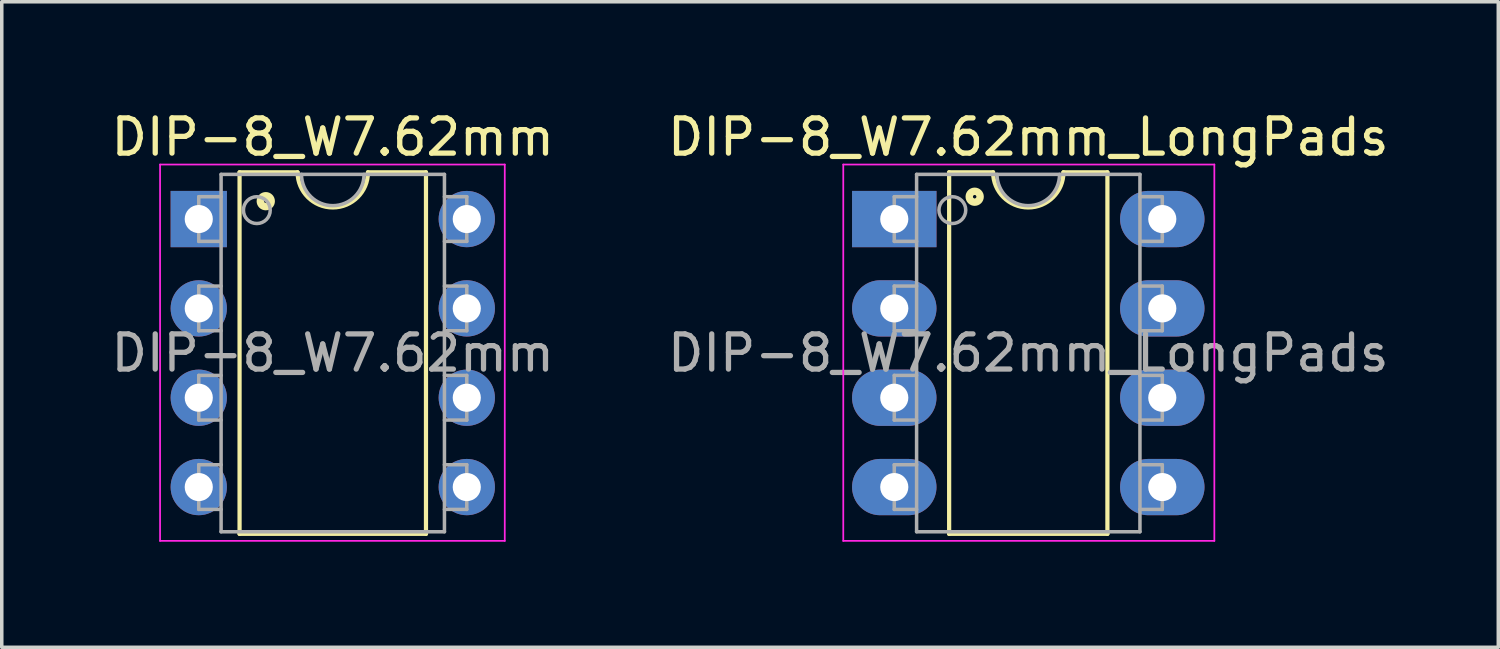
<source format=kicad_pcb>
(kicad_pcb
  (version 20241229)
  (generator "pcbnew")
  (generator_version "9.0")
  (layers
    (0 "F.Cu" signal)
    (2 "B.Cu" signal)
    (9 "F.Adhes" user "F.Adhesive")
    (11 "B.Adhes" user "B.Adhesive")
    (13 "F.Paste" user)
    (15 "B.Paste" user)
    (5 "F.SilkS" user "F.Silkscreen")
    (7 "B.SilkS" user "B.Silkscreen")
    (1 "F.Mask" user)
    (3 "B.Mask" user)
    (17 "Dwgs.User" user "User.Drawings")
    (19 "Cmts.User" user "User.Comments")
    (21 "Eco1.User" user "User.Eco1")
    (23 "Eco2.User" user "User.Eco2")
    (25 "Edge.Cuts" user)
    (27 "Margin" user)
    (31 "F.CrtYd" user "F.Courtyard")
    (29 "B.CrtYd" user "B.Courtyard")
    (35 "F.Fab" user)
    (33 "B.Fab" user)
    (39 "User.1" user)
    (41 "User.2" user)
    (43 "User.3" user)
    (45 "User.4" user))
  (footprint "DIP-8_W7.62mm_LongPads"
    (layer "F.Cu")
    (at 22.375 3.178)
    (property "Reference" "DIP-8_W7.62mm_LongPads" (at 3.81 -2.33 0) (layer "F.SilkS") (effects (font (size 1 1) (thickness 0.15))))
    (attr through_hole)
    (fp_line (start 1.56 -1.33) (end 1.56 8.95) (stroke (width 0.12) (type solid)) (layer "F.SilkS"))
    (fp_line (start 1.56 8.95) (end 6.06 8.95) (stroke (width 0.12) (type solid)) (layer "F.SilkS"))
    (fp_line (start 2.81 -1.33) (end 1.56 -1.33) (stroke (width 0.12) (type solid)) (layer "F.SilkS"))
    (fp_line (start 6.06 -1.33) (end 4.81 -1.33) (stroke (width 0.12) (type solid)) (layer "F.SilkS"))
    (fp_line (start 6.06 8.95) (end 6.06 -1.33) (stroke (width 0.12) (type solid)) (layer "F.SilkS"))
    (fp_arc (start 4.81 -1.33) (mid 3.81 -0.33) (end 2.81 -1.33) (stroke (width 0.12) (type solid)) (layer "F.SilkS"))
    (fp_circle (center 2.286 -0.635) (end 2.336 -0.635) (stroke (width 0.12) (type solid)) (fill no) (layer "F.SilkS"))
    (fp_circle (center 2.286 -0.635) (end 2.411 -0.635) (stroke (width 0.12) (type solid)) (fill no) (layer "F.SilkS"))
    (fp_circle (center 2.286 -0.635) (end 2.486 -0.635) (stroke (width 0.12) (type solid)) (fill no) (layer "F.SilkS"))
    (fp_line (start -1.45 -1.55) (end -1.45 9.15) (stroke (width 0.05) (type solid)) (layer "F.CrtYd"))
    (fp_line (start -1.45 9.15) (end 9.1 9.15) (stroke (width 0.05) (type solid)) (layer "F.CrtYd"))
    (fp_line (start 9.1 -1.55) (end -1.45 -1.55) (stroke (width 0.05) (type solid)) (layer "F.CrtYd"))
    (fp_line (start 9.1 9.15) (end 9.1 -1.55) (stroke (width 0.05) (type solid)) (layer "F.CrtYd"))
    (fp_line (start 0 -0.635) (end 0 0.635) (stroke (width 0.1) (type solid)) (layer "F.Fab"))
    (fp_line (start 0 -0.635) (end 0.635 -0.635) (stroke (width 0.1) (type solid)) (layer "F.Fab"))
    (fp_line (start 0 0.635) (end 0.635 0.635) (stroke (width 0.1) (type solid)) (layer "F.Fab"))
    (fp_line (start 0 1.905) (end 0 3.175) (stroke (width 0.1) (type solid)) (layer "F.Fab"))
    (fp_line (start 0 1.905) (end 0.635 1.905) (stroke (width 0.1) (type solid)) (layer "F.Fab"))
    (fp_line (start 0 3.175) (end 0.635 3.175) (stroke (width 0.1) (type solid)) (layer "F.Fab"))
    (fp_line (start 0 4.445) (end 0 5.715) (stroke (width 0.1) (type solid)) (layer "F.Fab"))
    (fp_line (start 0 4.445) (end 0.635 4.445) (stroke (width 0.1) (type solid)) (layer "F.Fab"))
    (fp_line (start 0 5.715) (end 0.635 5.715) (stroke (width 0.1) (type solid)) (layer "F.Fab"))
    (fp_line (start 0 6.985) (end 0 8.255) (stroke (width 0.1) (type solid)) (layer "F.Fab"))
    (fp_line (start 0 6.985) (end 0.635 6.985) (stroke (width 0.1) (type solid)) (layer "F.Fab"))
    (fp_line (start 0 8.255) (end 0.635 8.255) (stroke (width 0.1) (type solid)) (layer "F.Fab"))
    (fp_line (start 0.635 -1.27) (end 6.985 -1.27) (stroke (width 0.1) (type solid)) (layer "F.Fab"))
    (fp_line (start 0.635 8.89) (end 0.635 -1.27) (stroke (width 0.1) (type solid)) (layer "F.Fab"))
    (fp_line (start 6.985 -1.27) (end 6.985 8.89) (stroke (width 0.1) (type solid)) (layer "F.Fab"))
    (fp_line (start 6.985 8.89) (end 0.635 8.89) (stroke (width 0.1) (type solid)) (layer "F.Fab"))
    (fp_line (start 7.62 -0.635) (end 6.985 -0.635) (stroke (width 0.1) (type solid)) (layer "F.Fab"))
    (fp_line (start 7.62 0.635) (end 6.985 0.635) (stroke (width 0.1) (type solid)) (layer "F.Fab"))
    (fp_line (start 7.62 0.635) (end 7.62 -0.635) (stroke (width 0.1) (type solid)) (layer "F.Fab"))
    (fp_line (start 7.62 1.905) (end 6.985 1.905) (stroke (width 0.1) (type solid)) (layer "F.Fab"))
    (fp_line (start 7.62 3.175) (end 6.985 3.175) (stroke (width 0.1) (type solid)) (layer "F.Fab"))
    (fp_line (start 7.62 3.175) (end 7.62 1.905) (stroke (width 0.1) (type solid)) (layer "F.Fab"))
    (fp_line (start 7.62 4.445) (end 6.985 4.445) (stroke (width 0.1) (type solid)) (layer "F.Fab"))
    (fp_line (start 7.62 5.715) (end 6.985 5.715) (stroke (width 0.1) (type solid)) (layer "F.Fab"))
    (fp_line (start 7.62 5.715) (end 7.62 4.445) (stroke (width 0.1) (type solid)) (layer "F.Fab"))
    (fp_line (start 7.62 6.985) (end 6.985 6.985) (stroke (width 0.1) (type solid)) (layer "F.Fab"))
    (fp_line (start 7.62 8.255) (end 6.985 8.255) (stroke (width 0.1) (type solid)) (layer "F.Fab"))
    (fp_line (start 7.62 8.255) (end 7.62 6.985) (stroke (width 0.1) (type solid)) (layer "F.Fab"))
    (fp_arc (start 4.699 -1.27) (mid 3.81 -0.381) (end 2.921 -1.27) (stroke (width 0.1) (type solid)) (layer "F.Fab"))
    (fp_circle (center 1.651 -0.254) (end 2.032 -0.254) (stroke (width 0.1) (type solid)) (fill no) (layer "F.Fab"))
    (fp_text user "${REFERENCE}" (at 3.81 3.81 0) (layer "F.Fab") (effects (font (size 1 1) (thickness 0.15))))
    (pad "1" thru_hole rect (at 0 0) (size 2.4 1.6) (drill 0.8) (layers "*.Cu" "*.Mask"))
    (pad "2" thru_hole oval (at 0 2.54) (size 2.4 1.6) (drill 0.8) (layers "*.Cu" "*.Mask"))
    (pad "3" thru_hole oval (at 0 5.08) (size 2.4 1.6) (drill 0.8) (layers "*.Cu" "*.Mask"))
    (pad "4" thru_hole oval (at 0 7.62) (size 2.4 1.6) (drill 0.8) (layers "*.Cu" "*.Mask"))
    (pad "5" thru_hole oval (at 7.62 7.62) (size 2.4 1.6) (drill 0.8) (layers "*.Cu" "*.Mask"))
    (pad "6" thru_hole oval (at 7.62 5.08) (size 2.4 1.6) (drill 0.8) (layers "*.Cu" "*.Mask"))
    (pad "7" thru_hole oval (at 7.62 2.54) (size 2.4 1.6) (drill 0.8) (layers "*.Cu" "*.Mask"))
    (pad "8" thru_hole oval (at 7.62 0) (size 2.4 1.6) (drill 0.8) (layers "*.Cu" "*.Mask")))
  (footprint "DIP-8_W7.62mm"
    (layer "F.Cu")
    (at 2.601 3.178)
    (property "Reference" "DIP-8_W7.62mm" (at 3.81 -2.33 0) (layer "F.SilkS") (effects (font (size 1 1) (thickness 0.15))))
    (attr through_hole)
    (fp_line (start 1.16 -1.33) (end 1.16 8.95) (stroke (width 0.12) (type solid)) (layer "F.SilkS"))
    (fp_line (start 1.16 8.95) (end 6.46 8.95) (stroke (width 0.12) (type solid)) (layer "F.SilkS"))
    (fp_line (start 2.81 -1.33) (end 1.16 -1.33) (stroke (width 0.12) (type solid)) (layer "F.SilkS"))
    (fp_line (start 6.46 -1.33) (end 4.81 -1.33) (stroke (width 0.12) (type solid)) (layer "F.SilkS"))
    (fp_line (start 6.46 8.95) (end 6.46 -1.33) (stroke (width 0.12) (type solid)) (layer "F.SilkS"))
    (fp_arc (start 4.81 -1.33) (mid 3.81 -0.33) (end 2.81 -1.33) (stroke (width 0.12) (type solid)) (layer "F.SilkS"))
    (fp_circle (center 1.905 -0.508) (end 1.955 -0.508) (stroke (width 0.12) (type solid)) (fill no) (layer "F.SilkS"))
    (fp_circle (center 1.905 -0.508) (end 2.03 -0.508) (stroke (width 0.12) (type solid)) (fill no) (layer "F.SilkS"))
    (fp_circle (center 1.905 -0.508) (end 2.105 -0.508) (stroke (width 0.12) (type solid)) (fill no) (layer "F.SilkS"))
    (fp_line (start -1.1 -1.55) (end -1.1 9.15) (stroke (width 0.05) (type solid)) (layer "F.CrtYd"))
    (fp_line (start -1.1 9.15) (end 8.7 9.15) (stroke (width 0.05) (type solid)) (layer "F.CrtYd"))
    (fp_line (start 8.7 -1.55) (end -1.1 -1.55) (stroke (width 0.05) (type solid)) (layer "F.CrtYd"))
    (fp_line (start 8.7 9.15) (end 8.7 -1.55) (stroke (width 0.05) (type solid)) (layer "F.CrtYd"))
    (fp_line (start 0 -0.635) (end 0 0.635) (stroke (width 0.1) (type solid)) (layer "F.Fab"))
    (fp_line (start 0 -0.635) (end 0.635 -0.635) (stroke (width 0.1) (type solid)) (layer "F.Fab"))
    (fp_line (start 0 0.635) (end 0.635 0.635) (stroke (width 0.1) (type solid)) (layer "F.Fab"))
    (fp_line (start 0 1.905) (end 0 3.175) (stroke (width 0.1) (type solid)) (layer "F.Fab"))
    (fp_line (start 0 1.905) (end 0.635 1.905) (stroke (width 0.1) (type solid)) (layer "F.Fab"))
    (fp_line (start 0 3.175) (end 0.635 3.175) (stroke (width 0.1) (type solid)) (layer "F.Fab"))
    (fp_line (start 0 4.445) (end 0 5.715) (stroke (width 0.1) (type solid)) (layer "F.Fab"))
    (fp_line (start 0 4.445) (end 0.635 4.445) (stroke (width 0.1) (type solid)) (layer "F.Fab"))
    (fp_line (start 0 5.715) (end 0.635 5.715) (stroke (width 0.1) (type solid)) (layer "F.Fab"))
    (fp_line (start 0 6.985) (end 0 8.255) (stroke (width 0.1) (type solid)) (layer "F.Fab"))
    (fp_line (start 0 6.985) (end 0.635 6.985) (stroke (width 0.1) (type solid)) (layer "F.Fab"))
    (fp_line (start 0 8.255) (end 0.635 8.255) (stroke (width 0.1) (type solid)) (layer "F.Fab"))
    (fp_line (start 0.635 -1.27) (end 6.985 -1.27) (stroke (width 0.1) (type solid)) (layer "F.Fab"))
    (fp_line (start 0.635 8.89) (end 0.635 -1.27) (stroke (width 0.1) (type solid)) (layer "F.Fab"))
    (fp_line (start 6.985 -1.27) (end 6.985 8.89) (stroke (width 0.1) (type solid)) (layer "F.Fab"))
    (fp_line (start 6.985 8.89) (end 0.635 8.89) (stroke (width 0.1) (type solid)) (layer "F.Fab"))
    (fp_line (start 7.62 -0.635) (end 6.985 -0.635) (stroke (width 0.1) (type solid)) (layer "F.Fab"))
    (fp_line (start 7.62 0.635) (end 6.985 0.635) (stroke (width 0.1) (type solid)) (layer "F.Fab"))
    (fp_line (start 7.62 0.635) (end 7.62 -0.635) (stroke (width 0.1) (type solid)) (layer "F.Fab"))
    (fp_line (start 7.62 1.905) (end 6.985 1.905) (stroke (width 0.1) (type solid)) (layer "F.Fab"))
    (fp_line (start 7.62 3.175) (end 6.985 3.175) (stroke (width 0.1) (type solid)) (layer "F.Fab"))
    (fp_line (start 7.62 3.175) (end 7.62 1.905) (stroke (width 0.1) (type solid)) (layer "F.Fab"))
    (fp_line (start 7.62 4.445) (end 6.985 4.445) (stroke (width 0.1) (type solid)) (layer "F.Fab"))
    (fp_line (start 7.62 5.715) (end 6.985 5.715) (stroke (width 0.1) (type solid)) (layer "F.Fab"))
    (fp_line (start 7.62 5.715) (end 7.62 4.445) (stroke (width 0.1) (type solid)) (layer "F.Fab"))
    (fp_line (start 7.62 6.985) (end 6.985 6.985) (stroke (width 0.1) (type solid)) (layer "F.Fab"))
    (fp_line (start 7.62 8.255) (end 6.985 8.255) (stroke (width 0.1) (type solid)) (layer "F.Fab"))
    (fp_line (start 7.62 8.255) (end 7.62 6.985) (stroke (width 0.1) (type solid)) (layer "F.Fab"))
    (fp_arc (start 4.699 -1.27) (mid 3.81 -0.381) (end 2.921 -1.27) (stroke (width 0.1) (type solid)) (layer "F.Fab"))
    (fp_circle (center 1.651 -0.254) (end 2.032 -0.254) (stroke (width 0.1) (type solid)) (fill no) (layer "F.Fab"))
    (fp_text user "${REFERENCE}" (at 3.81 3.81 0) (layer "F.Fab") (effects (font (size 1 1) (thickness 0.15))))
    (pad "1" thru_hole rect (at 0 0) (size 1.6 1.6) (drill 0.8) (layers "*.Cu" "*.Mask"))
    (pad "2" thru_hole oval (at 0 2.54) (size 1.6 1.6) (drill 0.8) (layers "*.Cu" "*.Mask"))
    (pad "3" thru_hole oval (at 0 5.08) (size 1.6 1.6) (drill 0.8) (layers "*.Cu" "*.Mask"))
    (pad "4" thru_hole oval (at 0 7.62) (size 1.6 1.6) (drill 0.8) (layers "*.Cu" "*.Mask"))
    (pad "5" thru_hole oval (at 7.62 7.62) (size 1.6 1.6) (drill 0.8) (layers "*.Cu" "*.Mask"))
    (pad "6" thru_hole oval (at 7.62 5.08) (size 1.6 1.6) (drill 0.8) (layers "*.Cu" "*.Mask"))
    (pad "7" thru_hole oval (at 7.62 2.54) (size 1.6 1.6) (drill 0.8) (layers "*.Cu" "*.Mask"))
    (pad "8" thru_hole oval (at 7.62 0) (size 1.6 1.6) (drill 0.8) (layers "*.Cu" "*.Mask")))
  (gr_rect
    (start -3 -3)
    (end 39.548 15.353)
    (stroke (width 0.1) (type default))
    (fill no)
    (layer "Edge.Cuts")))
</source>
